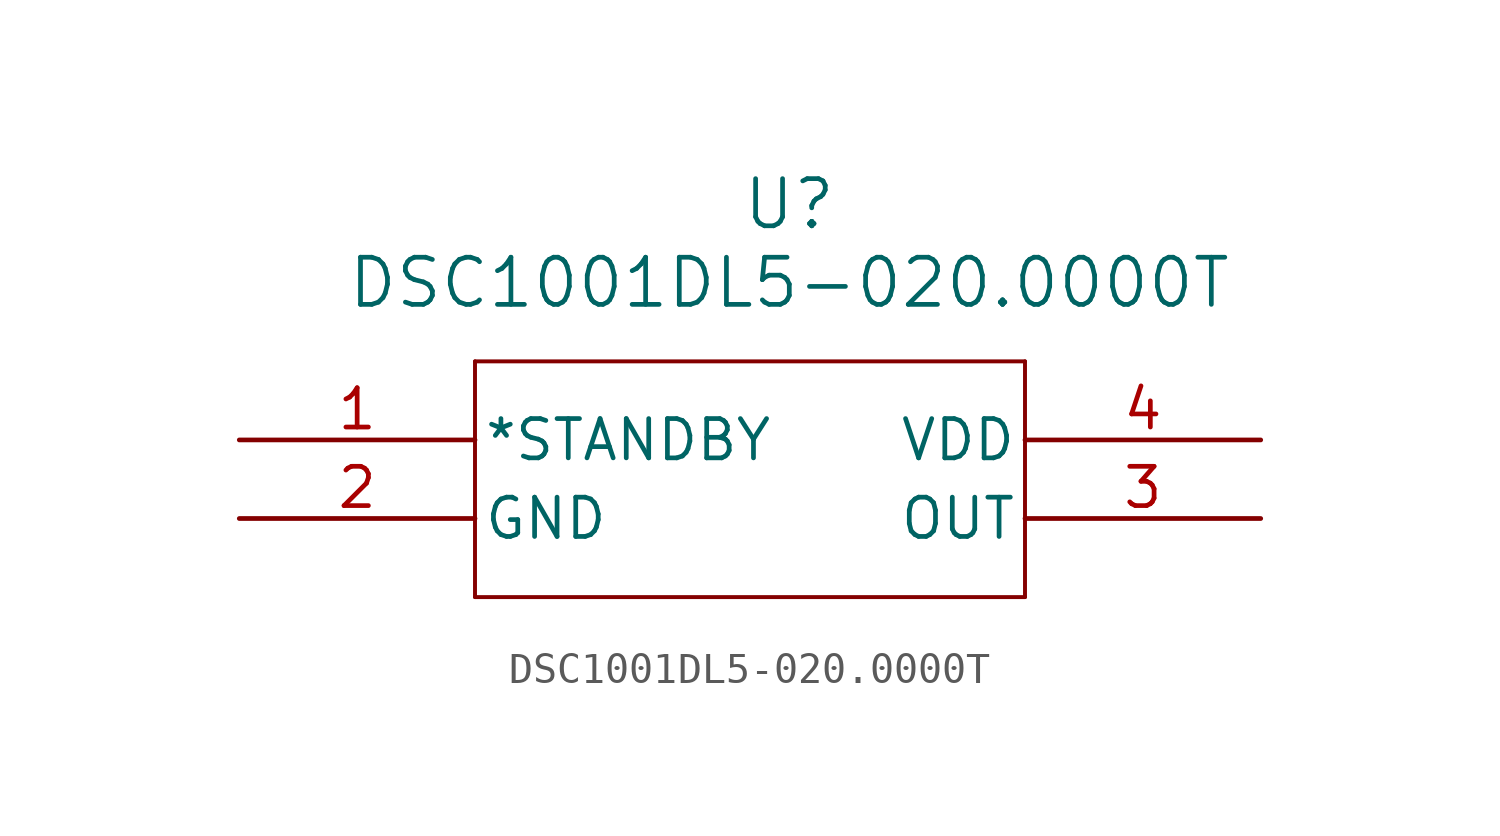
<source format=kicad_sym>
(kicad_symbol_lib
  (version 20241209)
  (generator "kicad_symbol_editor")
  (generator_version "9.0")
  (symbol "DSC1001DL5-020.0000T"
    (pin_names
      (offset 0.254))
    (property "Reference" "U"
      (at 17.78 7.62 0)
      (effects (font (size 1.524 1.524))))
    (property "Value" "DSC1001DL5-020.0000T"
      (at 17.78 5.08 0)
      (effects (font (size 1.524 1.524))))
    (property "ki_locked" ""
      (at 0 0 0)
      (effects (font (size 1.27 1.27))))
    (symbol "DSC1001DL5-020.0000T_0_1"
      (polyline (pts (xy 7.62 2.54) (xy 7.62 -5.08)) (stroke (width 0.127) (type default)) (fill (type none)))
      (polyline (pts (xy 7.62 -5.08) (xy 25.4 -5.08)) (stroke (width 0.127) (type default)) (fill (type none)))
      (polyline (pts (xy 25.4 2.54) (xy 7.62 2.54)) (stroke (width 0.127) (type default)) (fill (type none)))
      (polyline (pts (xy 25.4 -5.08) (xy 25.4 2.54)) (stroke (width 0.127) (type default)) (fill (type none)))
      (pin input line (at 0 0 0) (length 7.62) (name "*STANDBY" (effects (font (size 1.27 1.27)))) (number "1" (effects (font (size 1.27 1.27)))))
      (pin power_out line (at 0 -2.54 0) (length 7.62) (name "GND" (effects (font (size 1.27 1.27)))) (number "2" (effects (font (size 1.27 1.27)))))
      (pin power_in line (at 33.02 0 180) (length 7.62) (name "VDD" (effects (font (size 1.27 1.27)))) (number "4" (effects (font (size 1.27 1.27)))))
      (pin output line (at 33.02 -2.54 180) (length 7.62) (name "OUT" (effects (font (size 1.27 1.27)))) (number "3" (effects (font (size 1.27 1.27))))))))
</source>
